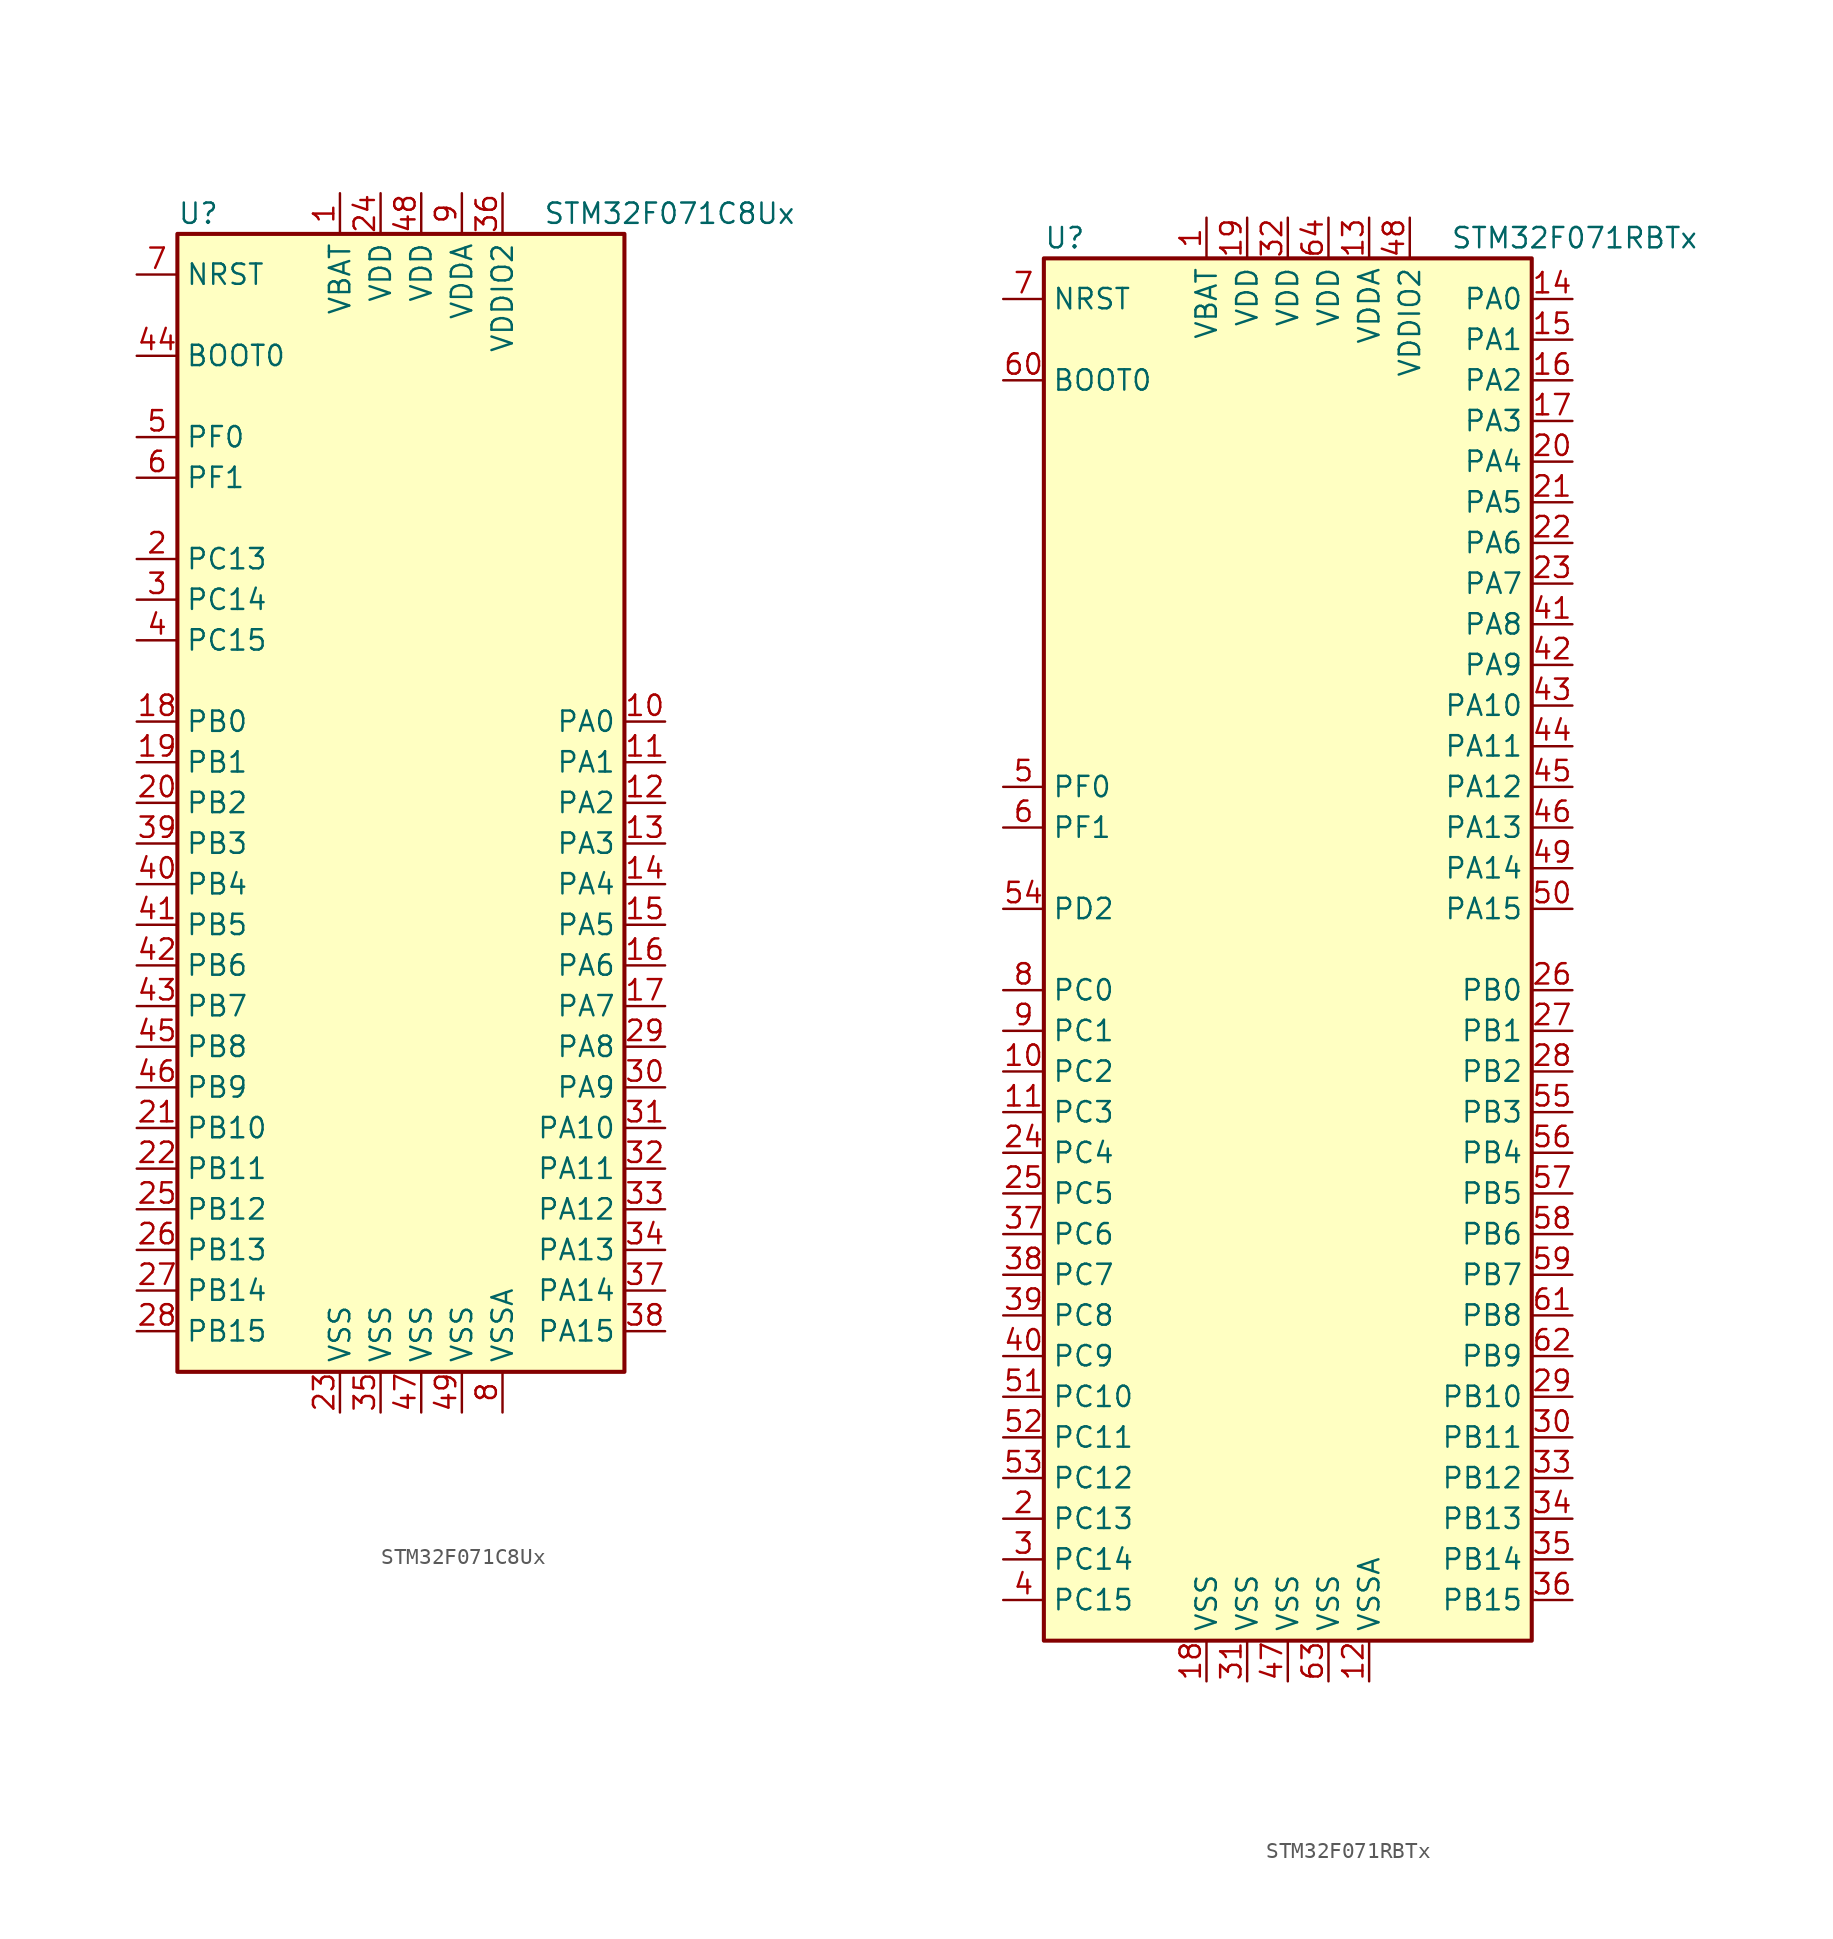
<source format=kicad_sym>
(kicad_symbol_lib
  (version 20201005)
  (generator kicad_symbol_editor)
  (symbol "STM32F071C8Ux"
    (property "Reference" "U"
      (at -15.24 36.83 0)
      (effects (font (size 1.27 1.27)) (justify left)))
    (property "Value" "STM32F071C8Ux"
      (at 7.62 36.83 0)
      (effects (font (size 1.27 1.27)) (justify left)))
    (symbol "STM32F071C8Ux_0_1"
      (rectangle (start -15.24 -35.56) (end 12.7 35.56) (stroke (width 0.254)) (fill (type background))))
    (symbol "STM32F071C8Ux_1_1"
      (pin input line (at -17.78 27.94 0) (length 2.54) (name "BOOT0" (effects (font (size 1.27 1.27)))) (number "44" (effects (font (size 1.27 1.27)))))
      (pin input line (at -17.78 33.02 0) (length 2.54) (name "NRST" (effects (font (size 1.27 1.27)))) (number "7" (effects (font (size 1.27 1.27)))))
      (pin bidirectional line (at 15.24 5.08 180) (length 2.54) (name "PA0" (effects (font (size 1.27 1.27)))) (number "10" (effects (font (size 1.27 1.27)))))
      (pin bidirectional line (at 15.24 2.54 180) (length 2.54) (name "PA1" (effects (font (size 1.27 1.27)))) (number "11" (effects (font (size 1.27 1.27)))))
      (pin bidirectional line (at 15.24 -20.32 180) (length 2.54) (name "PA10" (effects (font (size 1.27 1.27)))) (number "31" (effects (font (size 1.27 1.27)))))
      (pin bidirectional line (at 15.24 -22.86 180) (length 2.54) (name "PA11" (effects (font (size 1.27 1.27)))) (number "32" (effects (font (size 1.27 1.27)))))
      (pin bidirectional line (at 15.24 -25.4 180) (length 2.54) (name "PA12" (effects (font (size 1.27 1.27)))) (number "33" (effects (font (size 1.27 1.27)))))
      (pin bidirectional line (at 15.24 -27.94 180) (length 2.54) (name "PA13" (effects (font (size 1.27 1.27)))) (number "34" (effects (font (size 1.27 1.27)))))
      (pin bidirectional line (at 15.24 -30.48 180) (length 2.54) (name "PA14" (effects (font (size 1.27 1.27)))) (number "37" (effects (font (size 1.27 1.27)))))
      (pin bidirectional line (at 15.24 -33.02 180) (length 2.54) (name "PA15" (effects (font (size 1.27 1.27)))) (number "38" (effects (font (size 1.27 1.27)))))
      (pin bidirectional line (at 15.24 0 180) (length 2.54) (name "PA2" (effects (font (size 1.27 1.27)))) (number "12" (effects (font (size 1.27 1.27)))))
      (pin bidirectional line (at 15.24 -2.54 180) (length 2.54) (name "PA3" (effects (font (size 1.27 1.27)))) (number "13" (effects (font (size 1.27 1.27)))))
      (pin bidirectional line (at 15.24 -5.08 180) (length 2.54) (name "PA4" (effects (font (size 1.27 1.27)))) (number "14" (effects (font (size 1.27 1.27)))))
      (pin bidirectional line (at 15.24 -7.62 180) (length 2.54) (name "PA5" (effects (font (size 1.27 1.27)))) (number "15" (effects (font (size 1.27 1.27)))))
      (pin bidirectional line (at 15.24 -10.16 180) (length 2.54) (name "PA6" (effects (font (size 1.27 1.27)))) (number "16" (effects (font (size 1.27 1.27)))))
      (pin bidirectional line (at 15.24 -12.7 180) (length 2.54) (name "PA7" (effects (font (size 1.27 1.27)))) (number "17" (effects (font (size 1.27 1.27)))))
      (pin bidirectional line (at 15.24 -15.24 180) (length 2.54) (name "PA8" (effects (font (size 1.27 1.27)))) (number "29" (effects (font (size 1.27 1.27)))))
      (pin bidirectional line (at 15.24 -17.78 180) (length 2.54) (name "PA9" (effects (font (size 1.27 1.27)))) (number "30" (effects (font (size 1.27 1.27)))))
      (pin bidirectional line (at -17.78 5.08 0) (length 2.54) (name "PB0" (effects (font (size 1.27 1.27)))) (number "18" (effects (font (size 1.27 1.27)))))
      (pin bidirectional line (at -17.78 2.54 0) (length 2.54) (name "PB1" (effects (font (size 1.27 1.27)))) (number "19" (effects (font (size 1.27 1.27)))))
      (pin bidirectional line (at -17.78 -20.32 0) (length 2.54) (name "PB10" (effects (font (size 1.27 1.27)))) (number "21" (effects (font (size 1.27 1.27)))))
      (pin bidirectional line (at -17.78 -22.86 0) (length 2.54) (name "PB11" (effects (font (size 1.27 1.27)))) (number "22" (effects (font (size 1.27 1.27)))))
      (pin bidirectional line (at -17.78 -25.4 0) (length 2.54) (name "PB12" (effects (font (size 1.27 1.27)))) (number "25" (effects (font (size 1.27 1.27)))))
      (pin bidirectional line (at -17.78 -27.94 0) (length 2.54) (name "PB13" (effects (font (size 1.27 1.27)))) (number "26" (effects (font (size 1.27 1.27)))))
      (pin bidirectional line (at -17.78 -30.48 0) (length 2.54) (name "PB14" (effects (font (size 1.27 1.27)))) (number "27" (effects (font (size 1.27 1.27)))))
      (pin bidirectional line (at -17.78 -33.02 0) (length 2.54) (name "PB15" (effects (font (size 1.27 1.27)))) (number "28" (effects (font (size 1.27 1.27)))))
      (pin bidirectional line (at -17.78 0 0) (length 2.54) (name "PB2" (effects (font (size 1.27 1.27)))) (number "20" (effects (font (size 1.27 1.27)))))
      (pin bidirectional line (at -17.78 -2.54 0) (length 2.54) (name "PB3" (effects (font (size 1.27 1.27)))) (number "39" (effects (font (size 1.27 1.27)))))
      (pin bidirectional line (at -17.78 -5.08 0) (length 2.54) (name "PB4" (effects (font (size 1.27 1.27)))) (number "40" (effects (font (size 1.27 1.27)))))
      (pin bidirectional line (at -17.78 -7.62 0) (length 2.54) (name "PB5" (effects (font (size 1.27 1.27)))) (number "41" (effects (font (size 1.27 1.27)))))
      (pin bidirectional line (at -17.78 -10.16 0) (length 2.54) (name "PB6" (effects (font (size 1.27 1.27)))) (number "42" (effects (font (size 1.27 1.27)))))
      (pin bidirectional line (at -17.78 -12.7 0) (length 2.54) (name "PB7" (effects (font (size 1.27 1.27)))) (number "43" (effects (font (size 1.27 1.27)))))
      (pin bidirectional line (at -17.78 -15.24 0) (length 2.54) (name "PB8" (effects (font (size 1.27 1.27)))) (number "45" (effects (font (size 1.27 1.27)))))
      (pin bidirectional line (at -17.78 -17.78 0) (length 2.54) (name "PB9" (effects (font (size 1.27 1.27)))) (number "46" (effects (font (size 1.27 1.27)))))
      (pin bidirectional line (at -17.78 15.24 0) (length 2.54) (name "PC13" (effects (font (size 1.27 1.27)))) (number "2" (effects (font (size 1.27 1.27)))))
      (pin bidirectional line (at -17.78 12.7 0) (length 2.54) (name "PC14" (effects (font (size 1.27 1.27)))) (number "3" (effects (font (size 1.27 1.27)))))
      (pin bidirectional line (at -17.78 10.16 0) (length 2.54) (name "PC15" (effects (font (size 1.27 1.27)))) (number "4" (effects (font (size 1.27 1.27)))))
      (pin input line (at -17.78 22.86 0) (length 2.54) (name "PF0" (effects (font (size 1.27 1.27)))) (number "5" (effects (font (size 1.27 1.27)))))
      (pin input line (at -17.78 20.32 0) (length 2.54) (name "PF1" (effects (font (size 1.27 1.27)))) (number "6" (effects (font (size 1.27 1.27)))))
      (pin power_in line (at -5.08 38.1 270) (length 2.54) (name "VBAT" (effects (font (size 1.27 1.27)))) (number "1" (effects (font (size 1.27 1.27)))))
      (pin power_in line (at -2.54 38.1 270) (length 2.54) (name "VDD" (effects (font (size 1.27 1.27)))) (number "24" (effects (font (size 1.27 1.27)))))
      (pin power_in line (at 0 38.1 270) (length 2.54) (name "VDD" (effects (font (size 1.27 1.27)))) (number "48" (effects (font (size 1.27 1.27)))))
      (pin power_in line (at 2.54 38.1 270) (length 2.54) (name "VDDA" (effects (font (size 1.27 1.27)))) (number "9" (effects (font (size 1.27 1.27)))))
      (pin power_in line (at 5.08 38.1 270) (length 2.54) (name "VDDIO2" (effects (font (size 1.27 1.27)))) (number "36" (effects (font (size 1.27 1.27)))))
      (pin power_in line (at -5.08 -38.1 90) (length 2.54) (name "VSS" (effects (font (size 1.27 1.27)))) (number "23" (effects (font (size 1.27 1.27)))))
      (pin power_in line (at -2.54 -38.1 90) (length 2.54) (name "VSS" (effects (font (size 1.27 1.27)))) (number "35" (effects (font (size 1.27 1.27)))))
      (pin power_in line (at 0 -38.1 90) (length 2.54) (name "VSS" (effects (font (size 1.27 1.27)))) (number "47" (effects (font (size 1.27 1.27)))))
      (pin power_in line (at 2.54 -38.1 90) (length 2.54) (name "VSS" (effects (font (size 1.27 1.27)))) (number "49" (effects (font (size 1.27 1.27)))))
      (pin power_in line (at 5.08 -38.1 90) (length 2.54) (name "VSSA" (effects (font (size 1.27 1.27)))) (number "8" (effects (font (size 1.27 1.27)))))))
  (symbol "STM32F071RBTx"
    (property "Reference" "U"
      (at -15.24 44.45 0)
      (effects (font (size 1.27 1.27)) (justify left)))
    (property "Value" "STM32F071RBTx"
      (at 10.16 44.45 0)
      (effects (font (size 1.27 1.27)) (justify left)))
    (symbol "STM32F071RBTx_0_1"
      (rectangle (start -15.24 -43.18) (end 15.24 43.18) (stroke (width 0.254)) (fill (type background))))
    (symbol "STM32F071RBTx_1_1"
      (pin input line (at -17.78 35.56 0) (length 2.54) (name "BOOT0" (effects (font (size 1.27 1.27)))) (number "60" (effects (font (size 1.27 1.27)))))
      (pin input line (at -17.78 40.64 0) (length 2.54) (name "NRST" (effects (font (size 1.27 1.27)))) (number "7" (effects (font (size 1.27 1.27)))))
      (pin bidirectional line (at 17.78 40.64 180) (length 2.54) (name "PA0" (effects (font (size 1.27 1.27)))) (number "14" (effects (font (size 1.27 1.27)))))
      (pin bidirectional line (at 17.78 38.1 180) (length 2.54) (name "PA1" (effects (font (size 1.27 1.27)))) (number "15" (effects (font (size 1.27 1.27)))))
      (pin bidirectional line (at 17.78 15.24 180) (length 2.54) (name "PA10" (effects (font (size 1.27 1.27)))) (number "43" (effects (font (size 1.27 1.27)))))
      (pin bidirectional line (at 17.78 12.7 180) (length 2.54) (name "PA11" (effects (font (size 1.27 1.27)))) (number "44" (effects (font (size 1.27 1.27)))))
      (pin bidirectional line (at 17.78 10.16 180) (length 2.54) (name "PA12" (effects (font (size 1.27 1.27)))) (number "45" (effects (font (size 1.27 1.27)))))
      (pin bidirectional line (at 17.78 7.62 180) (length 2.54) (name "PA13" (effects (font (size 1.27 1.27)))) (number "46" (effects (font (size 1.27 1.27)))))
      (pin bidirectional line (at 17.78 5.08 180) (length 2.54) (name "PA14" (effects (font (size 1.27 1.27)))) (number "49" (effects (font (size 1.27 1.27)))))
      (pin bidirectional line (at 17.78 2.54 180) (length 2.54) (name "PA15" (effects (font (size 1.27 1.27)))) (number "50" (effects (font (size 1.27 1.27)))))
      (pin bidirectional line (at 17.78 35.56 180) (length 2.54) (name "PA2" (effects (font (size 1.27 1.27)))) (number "16" (effects (font (size 1.27 1.27)))))
      (pin bidirectional line (at 17.78 33.02 180) (length 2.54) (name "PA3" (effects (font (size 1.27 1.27)))) (number "17" (effects (font (size 1.27 1.27)))))
      (pin bidirectional line (at 17.78 30.48 180) (length 2.54) (name "PA4" (effects (font (size 1.27 1.27)))) (number "20" (effects (font (size 1.27 1.27)))))
      (pin bidirectional line (at 17.78 27.94 180) (length 2.54) (name "PA5" (effects (font (size 1.27 1.27)))) (number "21" (effects (font (size 1.27 1.27)))))
      (pin bidirectional line (at 17.78 25.4 180) (length 2.54) (name "PA6" (effects (font (size 1.27 1.27)))) (number "22" (effects (font (size 1.27 1.27)))))
      (pin bidirectional line (at 17.78 22.86 180) (length 2.54) (name "PA7" (effects (font (size 1.27 1.27)))) (number "23" (effects (font (size 1.27 1.27)))))
      (pin bidirectional line (at 17.78 20.32 180) (length 2.54) (name "PA8" (effects (font (size 1.27 1.27)))) (number "41" (effects (font (size 1.27 1.27)))))
      (pin bidirectional line (at 17.78 17.78 180) (length 2.54) (name "PA9" (effects (font (size 1.27 1.27)))) (number "42" (effects (font (size 1.27 1.27)))))
      (pin bidirectional line (at 17.78 -2.54 180) (length 2.54) (name "PB0" (effects (font (size 1.27 1.27)))) (number "26" (effects (font (size 1.27 1.27)))))
      (pin bidirectional line (at 17.78 -5.08 180) (length 2.54) (name "PB1" (effects (font (size 1.27 1.27)))) (number "27" (effects (font (size 1.27 1.27)))))
      (pin bidirectional line (at 17.78 -27.94 180) (length 2.54) (name "PB10" (effects (font (size 1.27 1.27)))) (number "29" (effects (font (size 1.27 1.27)))))
      (pin bidirectional line (at 17.78 -30.48 180) (length 2.54) (name "PB11" (effects (font (size 1.27 1.27)))) (number "30" (effects (font (size 1.27 1.27)))))
      (pin bidirectional line (at 17.78 -33.02 180) (length 2.54) (name "PB12" (effects (font (size 1.27 1.27)))) (number "33" (effects (font (size 1.27 1.27)))))
      (pin bidirectional line (at 17.78 -35.56 180) (length 2.54) (name "PB13" (effects (font (size 1.27 1.27)))) (number "34" (effects (font (size 1.27 1.27)))))
      (pin bidirectional line (at 17.78 -38.1 180) (length 2.54) (name "PB14" (effects (font (size 1.27 1.27)))) (number "35" (effects (font (size 1.27 1.27)))))
      (pin bidirectional line (at 17.78 -40.64 180) (length 2.54) (name "PB15" (effects (font (size 1.27 1.27)))) (number "36" (effects (font (size 1.27 1.27)))))
      (pin bidirectional line (at 17.78 -7.62 180) (length 2.54) (name "PB2" (effects (font (size 1.27 1.27)))) (number "28" (effects (font (size 1.27 1.27)))))
      (pin bidirectional line (at 17.78 -10.16 180) (length 2.54) (name "PB3" (effects (font (size 1.27 1.27)))) (number "55" (effects (font (size 1.27 1.27)))))
      (pin bidirectional line (at 17.78 -12.7 180) (length 2.54) (name "PB4" (effects (font (size 1.27 1.27)))) (number "56" (effects (font (size 1.27 1.27)))))
      (pin bidirectional line (at 17.78 -15.24 180) (length 2.54) (name "PB5" (effects (font (size 1.27 1.27)))) (number "57" (effects (font (size 1.27 1.27)))))
      (pin bidirectional line (at 17.78 -17.78 180) (length 2.54) (name "PB6" (effects (font (size 1.27 1.27)))) (number "58" (effects (font (size 1.27 1.27)))))
      (pin bidirectional line (at 17.78 -20.32 180) (length 2.54) (name "PB7" (effects (font (size 1.27 1.27)))) (number "59" (effects (font (size 1.27 1.27)))))
      (pin bidirectional line (at 17.78 -22.86 180) (length 2.54) (name "PB8" (effects (font (size 1.27 1.27)))) (number "61" (effects (font (size 1.27 1.27)))))
      (pin bidirectional line (at 17.78 -25.4 180) (length 2.54) (name "PB9" (effects (font (size 1.27 1.27)))) (number "62" (effects (font (size 1.27 1.27)))))
      (pin bidirectional line (at -17.78 -2.54 0) (length 2.54) (name "PC0" (effects (font (size 1.27 1.27)))) (number "8" (effects (font (size 1.27 1.27)))))
      (pin bidirectional line (at -17.78 -5.08 0) (length 2.54) (name "PC1" (effects (font (size 1.27 1.27)))) (number "9" (effects (font (size 1.27 1.27)))))
      (pin bidirectional line (at -17.78 -27.94 0) (length 2.54) (name "PC10" (effects (font (size 1.27 1.27)))) (number "51" (effects (font (size 1.27 1.27)))))
      (pin bidirectional line (at -17.78 -30.48 0) (length 2.54) (name "PC11" (effects (font (size 1.27 1.27)))) (number "52" (effects (font (size 1.27 1.27)))))
      (pin bidirectional line (at -17.78 -33.02 0) (length 2.54) (name "PC12" (effects (font (size 1.27 1.27)))) (number "53" (effects (font (size 1.27 1.27)))))
      (pin bidirectional line (at -17.78 -35.56 0) (length 2.54) (name "PC13" (effects (font (size 1.27 1.27)))) (number "2" (effects (font (size 1.27 1.27)))))
      (pin bidirectional line (at -17.78 -38.1 0) (length 2.54) (name "PC14" (effects (font (size 1.27 1.27)))) (number "3" (effects (font (size 1.27 1.27)))))
      (pin bidirectional line (at -17.78 -40.64 0) (length 2.54) (name "PC15" (effects (font (size 1.27 1.27)))) (number "4" (effects (font (size 1.27 1.27)))))
      (pin bidirectional line (at -17.78 -7.62 0) (length 2.54) (name "PC2" (effects (font (size 1.27 1.27)))) (number "10" (effects (font (size 1.27 1.27)))))
      (pin bidirectional line (at -17.78 -10.16 0) (length 2.54) (name "PC3" (effects (font (size 1.27 1.27)))) (number "11" (effects (font (size 1.27 1.27)))))
      (pin bidirectional line (at -17.78 -12.7 0) (length 2.54) (name "PC4" (effects (font (size 1.27 1.27)))) (number "24" (effects (font (size 1.27 1.27)))))
      (pin bidirectional line (at -17.78 -15.24 0) (length 2.54) (name "PC5" (effects (font (size 1.27 1.27)))) (number "25" (effects (font (size 1.27 1.27)))))
      (pin bidirectional line (at -17.78 -17.78 0) (length 2.54) (name "PC6" (effects (font (size 1.27 1.27)))) (number "37" (effects (font (size 1.27 1.27)))))
      (pin bidirectional line (at -17.78 -20.32 0) (length 2.54) (name "PC7" (effects (font (size 1.27 1.27)))) (number "38" (effects (font (size 1.27 1.27)))))
      (pin bidirectional line (at -17.78 -22.86 0) (length 2.54) (name "PC8" (effects (font (size 1.27 1.27)))) (number "39" (effects (font (size 1.27 1.27)))))
      (pin bidirectional line (at -17.78 -25.4 0) (length 2.54) (name "PC9" (effects (font (size 1.27 1.27)))) (number "40" (effects (font (size 1.27 1.27)))))
      (pin bidirectional line (at -17.78 2.54 0) (length 2.54) (name "PD2" (effects (font (size 1.27 1.27)))) (number "54" (effects (font (size 1.27 1.27)))))
      (pin input line (at -17.78 10.16 0) (length 2.54) (name "PF0" (effects (font (size 1.27 1.27)))) (number "5" (effects (font (size 1.27 1.27)))))
      (pin input line (at -17.78 7.62 0) (length 2.54) (name "PF1" (effects (font (size 1.27 1.27)))) (number "6" (effects (font (size 1.27 1.27)))))
      (pin power_in line (at -5.08 45.72 270) (length 2.54) (name "VBAT" (effects (font (size 1.27 1.27)))) (number "1" (effects (font (size 1.27 1.27)))))
      (pin power_in line (at -2.54 45.72 270) (length 2.54) (name "VDD" (effects (font (size 1.27 1.27)))) (number "19" (effects (font (size 1.27 1.27)))))
      (pin power_in line (at 0 45.72 270) (length 2.54) (name "VDD" (effects (font (size 1.27 1.27)))) (number "32" (effects (font (size 1.27 1.27)))))
      (pin power_in line (at 2.54 45.72 270) (length 2.54) (name "VDD" (effects (font (size 1.27 1.27)))) (number "64" (effects (font (size 1.27 1.27)))))
      (pin power_in line (at 5.08 45.72 270) (length 2.54) (name "VDDA" (effects (font (size 1.27 1.27)))) (number "13" (effects (font (size 1.27 1.27)))))
      (pin power_in line (at 7.62 45.72 270) (length 2.54) (name "VDDIO2" (effects (font (size 1.27 1.27)))) (number "48" (effects (font (size 1.27 1.27)))))
      (pin power_in line (at -5.08 -45.72 90) (length 2.54) (name "VSS" (effects (font (size 1.27 1.27)))) (number "18" (effects (font (size 1.27 1.27)))))
      (pin power_in line (at -2.54 -45.72 90) (length 2.54) (name "VSS" (effects (font (size 1.27 1.27)))) (number "31" (effects (font (size 1.27 1.27)))))
      (pin power_in line (at 0 -45.72 90) (length 2.54) (name "VSS" (effects (font (size 1.27 1.27)))) (number "47" (effects (font (size 1.27 1.27)))))
      (pin power_in line (at 2.54 -45.72 90) (length 2.54) (name "VSS" (effects (font (size 1.27 1.27)))) (number "63" (effects (font (size 1.27 1.27)))))
      (pin power_in line (at 5.08 -45.72 90) (length 2.54) (name "VSSA" (effects (font (size 1.27 1.27)))) (number "12" (effects (font (size 1.27 1.27))))))))
</source>
